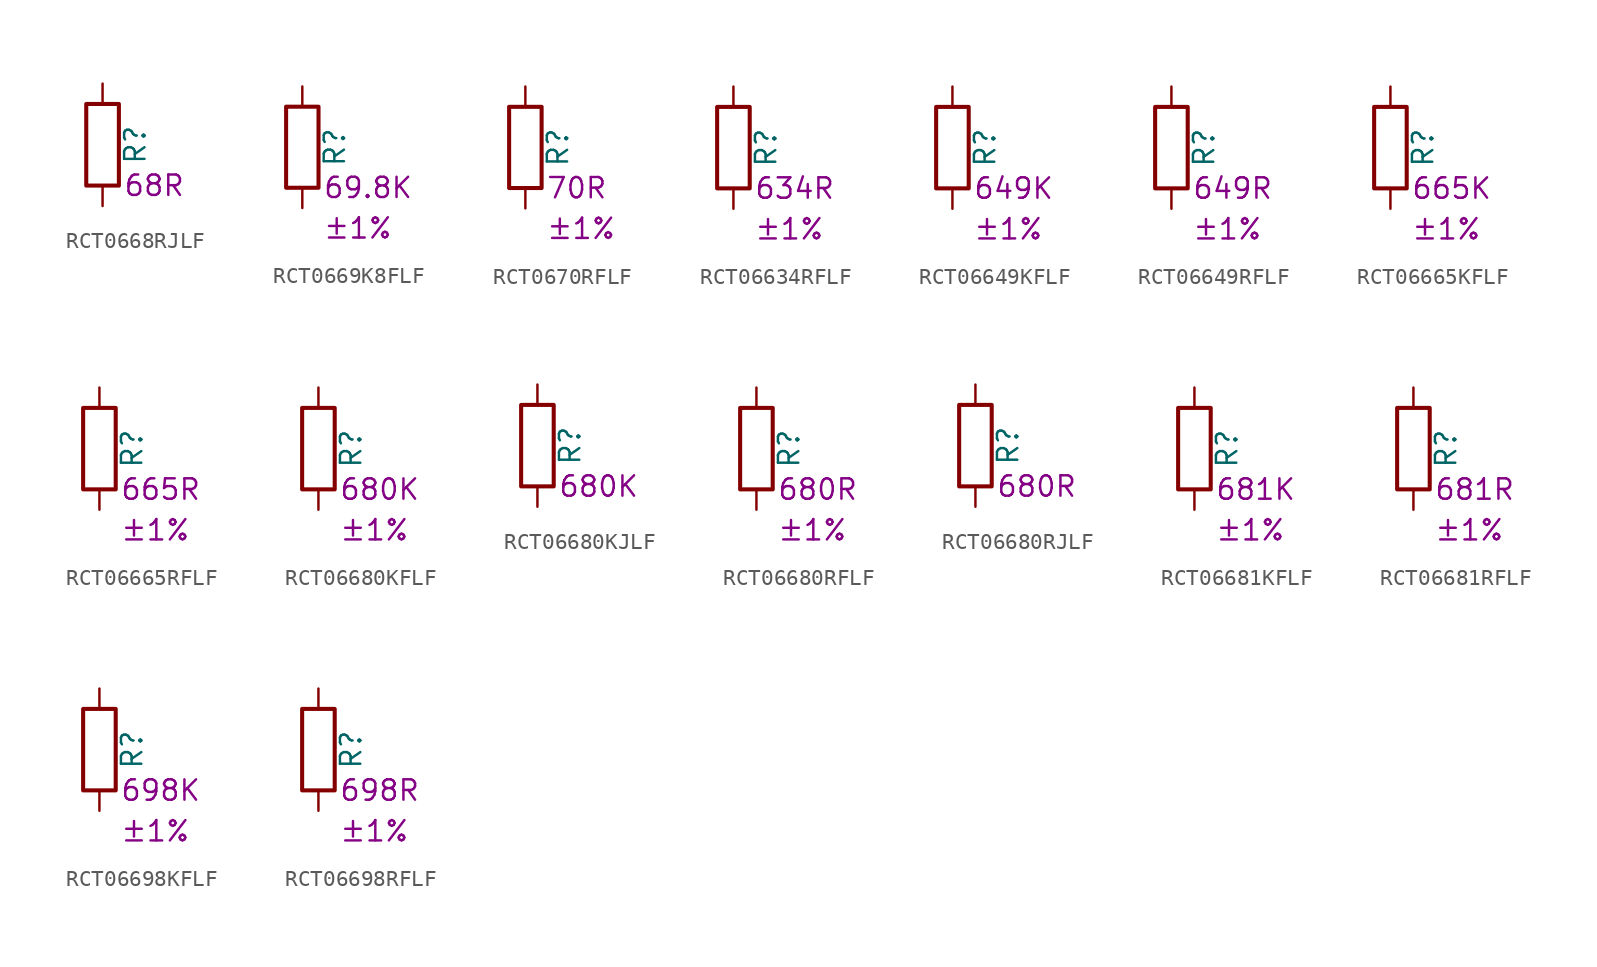
<source format=kicad_sym>
(kicad_symbol_lib
  (version 20220914)
  (generator kicad_symbol_editor)
  (symbol "RCT0668RJLF"
    (pin_numbers hide)
    (pin_names
      (offset 0))
    (property "Reference" "R"
      (at 2.032 0 90)
      (effects (font (size 1.27 1.27))))
    (property "Resistance" "68R"
      (at 1.27 -2.54 0)
      (effects (font (size 1.27 1.27)) (justify left)))
    (symbol "RCT0668RJLF_0_1"
      (rectangle (start -1.016 -2.54) (end 1.016 2.54) (stroke (width 0.254) (type default)) (fill (type none))))
    (symbol "RCT0668RJLF_1_1"
      (pin passive line (at 0 3.81 270) (length 1.27) (name "~" (effects (font (size 1.27 1.27)))) (number "1" (effects (font (size 1.27 1.27)))))
      (pin passive line (at 0 -3.81 90) (length 1.27) (name "~" (effects (font (size 1.27 1.27)))) (number "2" (effects (font (size 1.27 1.27)))))))
  (symbol "RCT0669K8FLF"
    (pin_numbers hide)
    (pin_names
      (offset 0))
    (property "Reference" "R"
      (at 2.032 0 90)
      (effects (font (size 1.27 1.27))))
    (property "Resistance" "69.8K"
      (at 1.27 -2.54 0)
      (effects (font (size 1.27 1.27)) (justify left)))
    (property "Tolerance" "±1%"
      (at 1.27 -5.08 0)
      (effects (font (size 1.27 1.27)) (justify left)))
    (symbol "RCT0669K8FLF_0_1"
      (rectangle (start -1.016 -2.54) (end 1.016 2.54) (stroke (width 0.254) (type default)) (fill (type none))))
    (symbol "RCT0669K8FLF_1_1"
      (pin passive line (at 0 3.81 270) (length 1.27) (name "~" (effects (font (size 1.27 1.27)))) (number "1" (effects (font (size 1.27 1.27)))))
      (pin passive line (at 0 -3.81 90) (length 1.27) (name "~" (effects (font (size 1.27 1.27)))) (number "2" (effects (font (size 1.27 1.27)))))))
  (symbol "RCT0670RFLF"
    (pin_numbers hide)
    (pin_names
      (offset 0))
    (property "Reference" "R"
      (at 2.032 0 90)
      (effects (font (size 1.27 1.27))))
    (property "Resistance" "70R"
      (at 1.27 -2.54 0)
      (effects (font (size 1.27 1.27)) (justify left)))
    (property "Tolerance" "±1%"
      (at 1.27 -5.08 0)
      (effects (font (size 1.27 1.27)) (justify left)))
    (symbol "RCT0670RFLF_0_1"
      (rectangle (start -1.016 -2.54) (end 1.016 2.54) (stroke (width 0.254) (type default)) (fill (type none))))
    (symbol "RCT0670RFLF_1_1"
      (pin passive line (at 0 3.81 270) (length 1.27) (name "~" (effects (font (size 1.27 1.27)))) (number "1" (effects (font (size 1.27 1.27)))))
      (pin passive line (at 0 -3.81 90) (length 1.27) (name "~" (effects (font (size 1.27 1.27)))) (number "2" (effects (font (size 1.27 1.27)))))))
  (symbol "RCT06634RFLF"
    (pin_numbers hide)
    (pin_names
      (offset 0))
    (property "Reference" "R"
      (at 2.032 0 90)
      (effects (font (size 1.27 1.27))))
    (property "Resistance" "634R"
      (at 1.27 -2.54 0)
      (effects (font (size 1.27 1.27)) (justify left)))
    (property "Tolerance" "±1%"
      (at 1.27 -5.08 0)
      (effects (font (size 1.27 1.27)) (justify left)))
    (symbol "RCT06634RFLF_0_1"
      (rectangle (start -1.016 -2.54) (end 1.016 2.54) (stroke (width 0.254) (type default)) (fill (type none))))
    (symbol "RCT06634RFLF_1_1"
      (pin passive line (at 0 3.81 270) (length 1.27) (name "~" (effects (font (size 1.27 1.27)))) (number "1" (effects (font (size 1.27 1.27)))))
      (pin passive line (at 0 -3.81 90) (length 1.27) (name "~" (effects (font (size 1.27 1.27)))) (number "2" (effects (font (size 1.27 1.27)))))))
  (symbol "RCT06649KFLF"
    (pin_numbers hide)
    (pin_names
      (offset 0))
    (property "Reference" "R"
      (at 2.032 0 90)
      (effects (font (size 1.27 1.27))))
    (property "Resistance" "649K"
      (at 1.27 -2.54 0)
      (effects (font (size 1.27 1.27)) (justify left)))
    (property "Tolerance" "±1%"
      (at 1.27 -5.08 0)
      (effects (font (size 1.27 1.27)) (justify left)))
    (symbol "RCT06649KFLF_0_1"
      (rectangle (start -1.016 -2.54) (end 1.016 2.54) (stroke (width 0.254) (type default)) (fill (type none))))
    (symbol "RCT06649KFLF_1_1"
      (pin passive line (at 0 3.81 270) (length 1.27) (name "~" (effects (font (size 1.27 1.27)))) (number "1" (effects (font (size 1.27 1.27)))))
      (pin passive line (at 0 -3.81 90) (length 1.27) (name "~" (effects (font (size 1.27 1.27)))) (number "2" (effects (font (size 1.27 1.27)))))))
  (symbol "RCT06649RFLF"
    (pin_numbers hide)
    (pin_names
      (offset 0))
    (property "Reference" "R"
      (at 2.032 0 90)
      (effects (font (size 1.27 1.27))))
    (property "Resistance" "649R"
      (at 1.27 -2.54 0)
      (effects (font (size 1.27 1.27)) (justify left)))
    (property "Tolerance" "±1%"
      (at 1.27 -5.08 0)
      (effects (font (size 1.27 1.27)) (justify left)))
    (symbol "RCT06649RFLF_0_1"
      (rectangle (start -1.016 -2.54) (end 1.016 2.54) (stroke (width 0.254) (type default)) (fill (type none))))
    (symbol "RCT06649RFLF_1_1"
      (pin passive line (at 0 3.81 270) (length 1.27) (name "~" (effects (font (size 1.27 1.27)))) (number "1" (effects (font (size 1.27 1.27)))))
      (pin passive line (at 0 -3.81 90) (length 1.27) (name "~" (effects (font (size 1.27 1.27)))) (number "2" (effects (font (size 1.27 1.27)))))))
  (symbol "RCT06665KFLF"
    (pin_numbers hide)
    (pin_names
      (offset 0))
    (property "Reference" "R"
      (at 2.032 0 90)
      (effects (font (size 1.27 1.27))))
    (property "Resistance" "665K"
      (at 1.27 -2.54 0)
      (effects (font (size 1.27 1.27)) (justify left)))
    (property "Tolerance" "±1%"
      (at 1.27 -5.08 0)
      (effects (font (size 1.27 1.27)) (justify left)))
    (symbol "RCT06665KFLF_0_1"
      (rectangle (start -1.016 -2.54) (end 1.016 2.54) (stroke (width 0.254) (type default)) (fill (type none))))
    (symbol "RCT06665KFLF_1_1"
      (pin passive line (at 0 3.81 270) (length 1.27) (name "~" (effects (font (size 1.27 1.27)))) (number "1" (effects (font (size 1.27 1.27)))))
      (pin passive line (at 0 -3.81 90) (length 1.27) (name "~" (effects (font (size 1.27 1.27)))) (number "2" (effects (font (size 1.27 1.27)))))))
  (symbol "RCT06665RFLF"
    (pin_numbers hide)
    (pin_names
      (offset 0))
    (property "Reference" "R"
      (at 2.032 0 90)
      (effects (font (size 1.27 1.27))))
    (property "Resistance" "665R"
      (at 1.27 -2.54 0)
      (effects (font (size 1.27 1.27)) (justify left)))
    (property "Tolerance" "±1%"
      (at 1.27 -5.08 0)
      (effects (font (size 1.27 1.27)) (justify left)))
    (symbol "RCT06665RFLF_0_1"
      (rectangle (start -1.016 -2.54) (end 1.016 2.54) (stroke (width 0.254) (type default)) (fill (type none))))
    (symbol "RCT06665RFLF_1_1"
      (pin passive line (at 0 3.81 270) (length 1.27) (name "~" (effects (font (size 1.27 1.27)))) (number "1" (effects (font (size 1.27 1.27)))))
      (pin passive line (at 0 -3.81 90) (length 1.27) (name "~" (effects (font (size 1.27 1.27)))) (number "2" (effects (font (size 1.27 1.27)))))))
  (symbol "RCT06680KFLF"
    (pin_numbers hide)
    (pin_names
      (offset 0))
    (property "Reference" "R"
      (at 2.032 0 90)
      (effects (font (size 1.27 1.27))))
    (property "Resistance" "680K"
      (at 1.27 -2.54 0)
      (effects (font (size 1.27 1.27)) (justify left)))
    (property "Tolerance" "±1%"
      (at 1.27 -5.08 0)
      (effects (font (size 1.27 1.27)) (justify left)))
    (symbol "RCT06680KFLF_0_1"
      (rectangle (start -1.016 -2.54) (end 1.016 2.54) (stroke (width 0.254) (type default)) (fill (type none))))
    (symbol "RCT06680KFLF_1_1"
      (pin passive line (at 0 3.81 270) (length 1.27) (name "~" (effects (font (size 1.27 1.27)))) (number "1" (effects (font (size 1.27 1.27)))))
      (pin passive line (at 0 -3.81 90) (length 1.27) (name "~" (effects (font (size 1.27 1.27)))) (number "2" (effects (font (size 1.27 1.27)))))))
  (symbol "RCT06680KJLF"
    (pin_numbers hide)
    (pin_names
      (offset 0))
    (property "Reference" "R"
      (at 2.032 0 90)
      (effects (font (size 1.27 1.27))))
    (property "Resistance" "680K"
      (at 1.27 -2.54 0)
      (effects (font (size 1.27 1.27)) (justify left)))
    (symbol "RCT06680KJLF_0_1"
      (rectangle (start -1.016 -2.54) (end 1.016 2.54) (stroke (width 0.254) (type default)) (fill (type none))))
    (symbol "RCT06680KJLF_1_1"
      (pin passive line (at 0 3.81 270) (length 1.27) (name "~" (effects (font (size 1.27 1.27)))) (number "1" (effects (font (size 1.27 1.27)))))
      (pin passive line (at 0 -3.81 90) (length 1.27) (name "~" (effects (font (size 1.27 1.27)))) (number "2" (effects (font (size 1.27 1.27)))))))
  (symbol "RCT06680RFLF"
    (pin_numbers hide)
    (pin_names
      (offset 0))
    (property "Reference" "R"
      (at 2.032 0 90)
      (effects (font (size 1.27 1.27))))
    (property "Resistance" "680R"
      (at 1.27 -2.54 0)
      (effects (font (size 1.27 1.27)) (justify left)))
    (property "Tolerance" "±1%"
      (at 1.27 -5.08 0)
      (effects (font (size 1.27 1.27)) (justify left)))
    (symbol "RCT06680RFLF_0_1"
      (rectangle (start -1.016 -2.54) (end 1.016 2.54) (stroke (width 0.254) (type default)) (fill (type none))))
    (symbol "RCT06680RFLF_1_1"
      (pin passive line (at 0 3.81 270) (length 1.27) (name "~" (effects (font (size 1.27 1.27)))) (number "1" (effects (font (size 1.27 1.27)))))
      (pin passive line (at 0 -3.81 90) (length 1.27) (name "~" (effects (font (size 1.27 1.27)))) (number "2" (effects (font (size 1.27 1.27)))))))
  (symbol "RCT06680RJLF"
    (pin_numbers hide)
    (pin_names
      (offset 0))
    (property "Reference" "R"
      (at 2.032 0 90)
      (effects (font (size 1.27 1.27))))
    (property "Resistance" "680R"
      (at 1.27 -2.54 0)
      (effects (font (size 1.27 1.27)) (justify left)))
    (symbol "RCT06680RJLF_0_1"
      (rectangle (start -1.016 -2.54) (end 1.016 2.54) (stroke (width 0.254) (type default)) (fill (type none))))
    (symbol "RCT06680RJLF_1_1"
      (pin passive line (at 0 3.81 270) (length 1.27) (name "~" (effects (font (size 1.27 1.27)))) (number "1" (effects (font (size 1.27 1.27)))))
      (pin passive line (at 0 -3.81 90) (length 1.27) (name "~" (effects (font (size 1.27 1.27)))) (number "2" (effects (font (size 1.27 1.27)))))))
  (symbol "RCT06681KFLF"
    (pin_numbers hide)
    (pin_names
      (offset 0))
    (property "Reference" "R"
      (at 2.032 0 90)
      (effects (font (size 1.27 1.27))))
    (property "Resistance" "681K"
      (at 1.27 -2.54 0)
      (effects (font (size 1.27 1.27)) (justify left)))
    (property "Tolerance" "±1%"
      (at 1.27 -5.08 0)
      (effects (font (size 1.27 1.27)) (justify left)))
    (symbol "RCT06681KFLF_0_1"
      (rectangle (start -1.016 -2.54) (end 1.016 2.54) (stroke (width 0.254) (type default)) (fill (type none))))
    (symbol "RCT06681KFLF_1_1"
      (pin passive line (at 0 3.81 270) (length 1.27) (name "~" (effects (font (size 1.27 1.27)))) (number "1" (effects (font (size 1.27 1.27)))))
      (pin passive line (at 0 -3.81 90) (length 1.27) (name "~" (effects (font (size 1.27 1.27)))) (number "2" (effects (font (size 1.27 1.27)))))))
  (symbol "RCT06681RFLF"
    (pin_numbers hide)
    (pin_names
      (offset 0))
    (property "Reference" "R"
      (at 2.032 0 90)
      (effects (font (size 1.27 1.27))))
    (property "Resistance" "681R"
      (at 1.27 -2.54 0)
      (effects (font (size 1.27 1.27)) (justify left)))
    (property "Tolerance" "±1%"
      (at 1.27 -5.08 0)
      (effects (font (size 1.27 1.27)) (justify left)))
    (symbol "RCT06681RFLF_0_1"
      (rectangle (start -1.016 -2.54) (end 1.016 2.54) (stroke (width 0.254) (type default)) (fill (type none))))
    (symbol "RCT06681RFLF_1_1"
      (pin passive line (at 0 3.81 270) (length 1.27) (name "~" (effects (font (size 1.27 1.27)))) (number "1" (effects (font (size 1.27 1.27)))))
      (pin passive line (at 0 -3.81 90) (length 1.27) (name "~" (effects (font (size 1.27 1.27)))) (number "2" (effects (font (size 1.27 1.27)))))))
  (symbol "RCT06698KFLF"
    (pin_numbers hide)
    (pin_names
      (offset 0))
    (property "Reference" "R"
      (at 2.032 0 90)
      (effects (font (size 1.27 1.27))))
    (property "Resistance" "698K"
      (at 1.27 -2.54 0)
      (effects (font (size 1.27 1.27)) (justify left)))
    (property "Tolerance" "±1%"
      (at 1.27 -5.08 0)
      (effects (font (size 1.27 1.27)) (justify left)))
    (symbol "RCT06698KFLF_0_1"
      (rectangle (start -1.016 -2.54) (end 1.016 2.54) (stroke (width 0.254) (type default)) (fill (type none))))
    (symbol "RCT06698KFLF_1_1"
      (pin passive line (at 0 3.81 270) (length 1.27) (name "~" (effects (font (size 1.27 1.27)))) (number "1" (effects (font (size 1.27 1.27)))))
      (pin passive line (at 0 -3.81 90) (length 1.27) (name "~" (effects (font (size 1.27 1.27)))) (number "2" (effects (font (size 1.27 1.27)))))))
  (symbol "RCT06698RFLF"
    (pin_numbers hide)
    (pin_names
      (offset 0))
    (property "Reference" "R"
      (at 2.032 0 90)
      (effects (font (size 1.27 1.27))))
    (property "Resistance" "698R"
      (at 1.27 -2.54 0)
      (effects (font (size 1.27 1.27)) (justify left)))
    (property "Tolerance" "±1%"
      (at 1.27 -5.08 0)
      (effects (font (size 1.27 1.27)) (justify left)))
    (symbol "RCT06698RFLF_0_1"
      (rectangle (start -1.016 -2.54) (end 1.016 2.54) (stroke (width 0.254) (type default)) (fill (type none))))
    (symbol "RCT06698RFLF_1_1"
      (pin passive line (at 0 3.81 270) (length 1.27) (name "~" (effects (font (size 1.27 1.27)))) (number "1" (effects (font (size 1.27 1.27)))))
      (pin passive line (at 0 -3.81 90) (length 1.27) (name "~" (effects (font (size 1.27 1.27)))) (number "2" (effects (font (size 1.27 1.27))))))))
</source>
